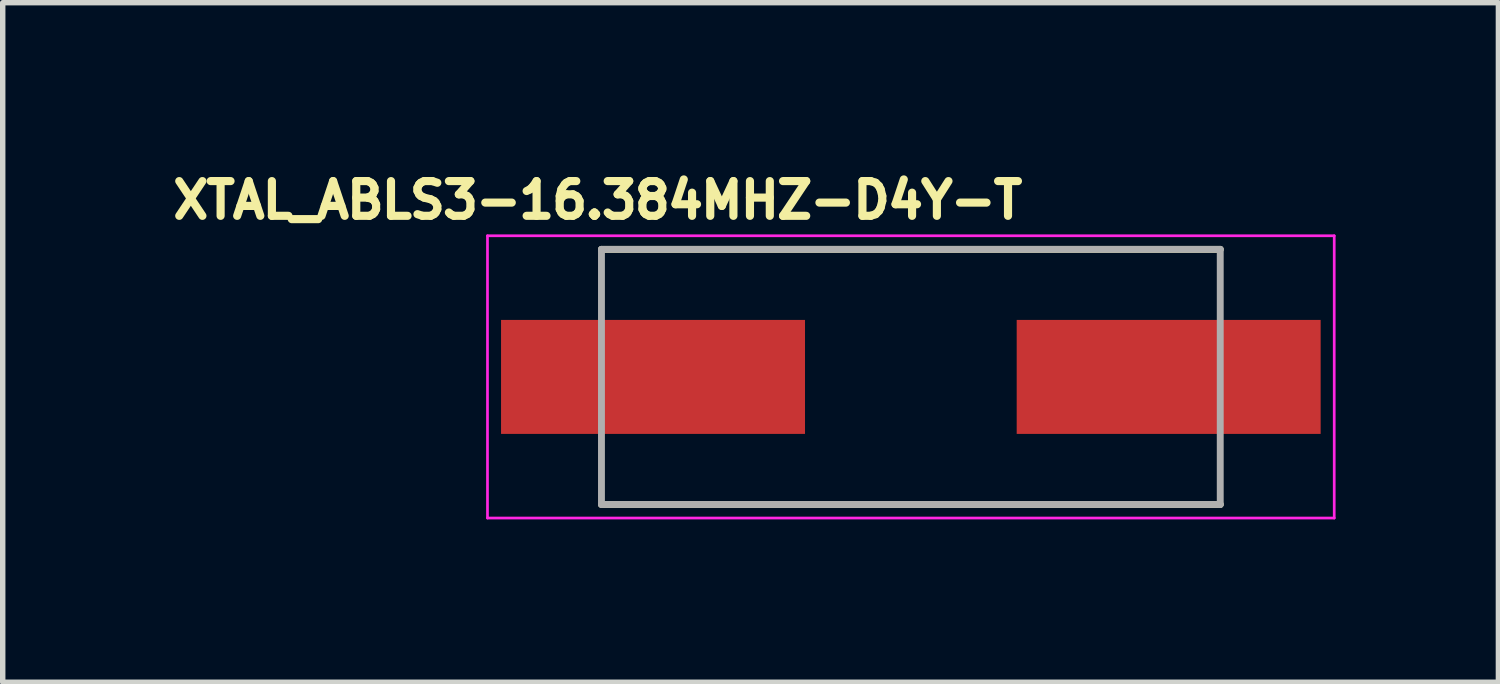
<source format=kicad_pcb>
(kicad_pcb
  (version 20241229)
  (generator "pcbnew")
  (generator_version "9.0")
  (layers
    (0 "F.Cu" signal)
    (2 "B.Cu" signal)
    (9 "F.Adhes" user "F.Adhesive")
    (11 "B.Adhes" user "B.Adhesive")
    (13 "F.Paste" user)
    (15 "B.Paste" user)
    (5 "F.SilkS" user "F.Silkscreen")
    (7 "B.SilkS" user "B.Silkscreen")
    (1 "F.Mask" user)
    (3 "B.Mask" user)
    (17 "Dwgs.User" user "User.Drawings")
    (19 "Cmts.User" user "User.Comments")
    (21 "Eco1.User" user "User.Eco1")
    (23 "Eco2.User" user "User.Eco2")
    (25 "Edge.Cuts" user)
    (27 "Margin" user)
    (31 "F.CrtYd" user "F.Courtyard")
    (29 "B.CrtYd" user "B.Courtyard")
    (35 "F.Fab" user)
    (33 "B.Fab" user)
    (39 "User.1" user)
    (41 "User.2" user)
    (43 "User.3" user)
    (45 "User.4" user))
  (footprint "XTAL_ABLS3-16.384MHZ-D4Y-T"
    (layer "F.Cu")
    (at 13.731 3.894)
    (property "Reference" "XTAL_ABLS3-16.384MHZ-D4Y-T" (at -5.768 -3.256 0) (layer "F.SilkS") (effects (font (size 0.64 0.64) (thickness 0.15))))
    (attr smd)
    (fp_line (start -5.7 -2.35) (end 5.7 -2.35) (stroke (width 0.127) (type solid)) (layer "F.SilkS"))
    (fp_line (start -5.7 2.35) (end 5.7 2.35) (stroke (width 0.127) (type solid)) (layer "F.SilkS"))
    (fp_line (start -7.8 -2.6) (end -7.8 2.6) (stroke (width 0.05) (type solid)) (layer "F.CrtYd"))
    (fp_line (start -7.8 2.6) (end 7.8 2.6) (stroke (width 0.05) (type solid)) (layer "F.CrtYd"))
    (fp_line (start 7.8 -2.6) (end -7.8 -2.6) (stroke (width 0.05) (type solid)) (layer "F.CrtYd"))
    (fp_line (start 7.8 2.6) (end 7.8 -2.6) (stroke (width 0.05) (type solid)) (layer "F.CrtYd"))
    (fp_line (start -5.7 -2.35) (end -5.7 2.35) (stroke (width 0.127) (type solid)) (layer "F.Fab"))
    (fp_line (start -5.7 -2.35) (end 5.7 -2.35) (stroke (width 0.127) (type solid)) (layer "F.Fab"))
    (fp_line (start -5.7 2.35) (end 5.7 2.35) (stroke (width 0.127) (type solid)) (layer "F.Fab"))
    (fp_line (start 5.7 -2.35) (end 5.7 2.35) (stroke (width 0.127) (type solid)) (layer "F.Fab"))
    (pad "1" smd rect (at -4.75 0) (size 5.6 2.1) (layers "F.Cu" "F.Mask" "F.Paste"))
    (pad "2" smd rect (at 4.75 0) (size 5.6 2.1) (layers "F.Cu" "F.Mask" "F.Paste")))
  (gr_rect
    (start -3 -3)
    (end 24.556 9.519)
    (stroke (width 0.1) (type default))
    (fill no)
    (layer "Edge.Cuts")))
</source>
